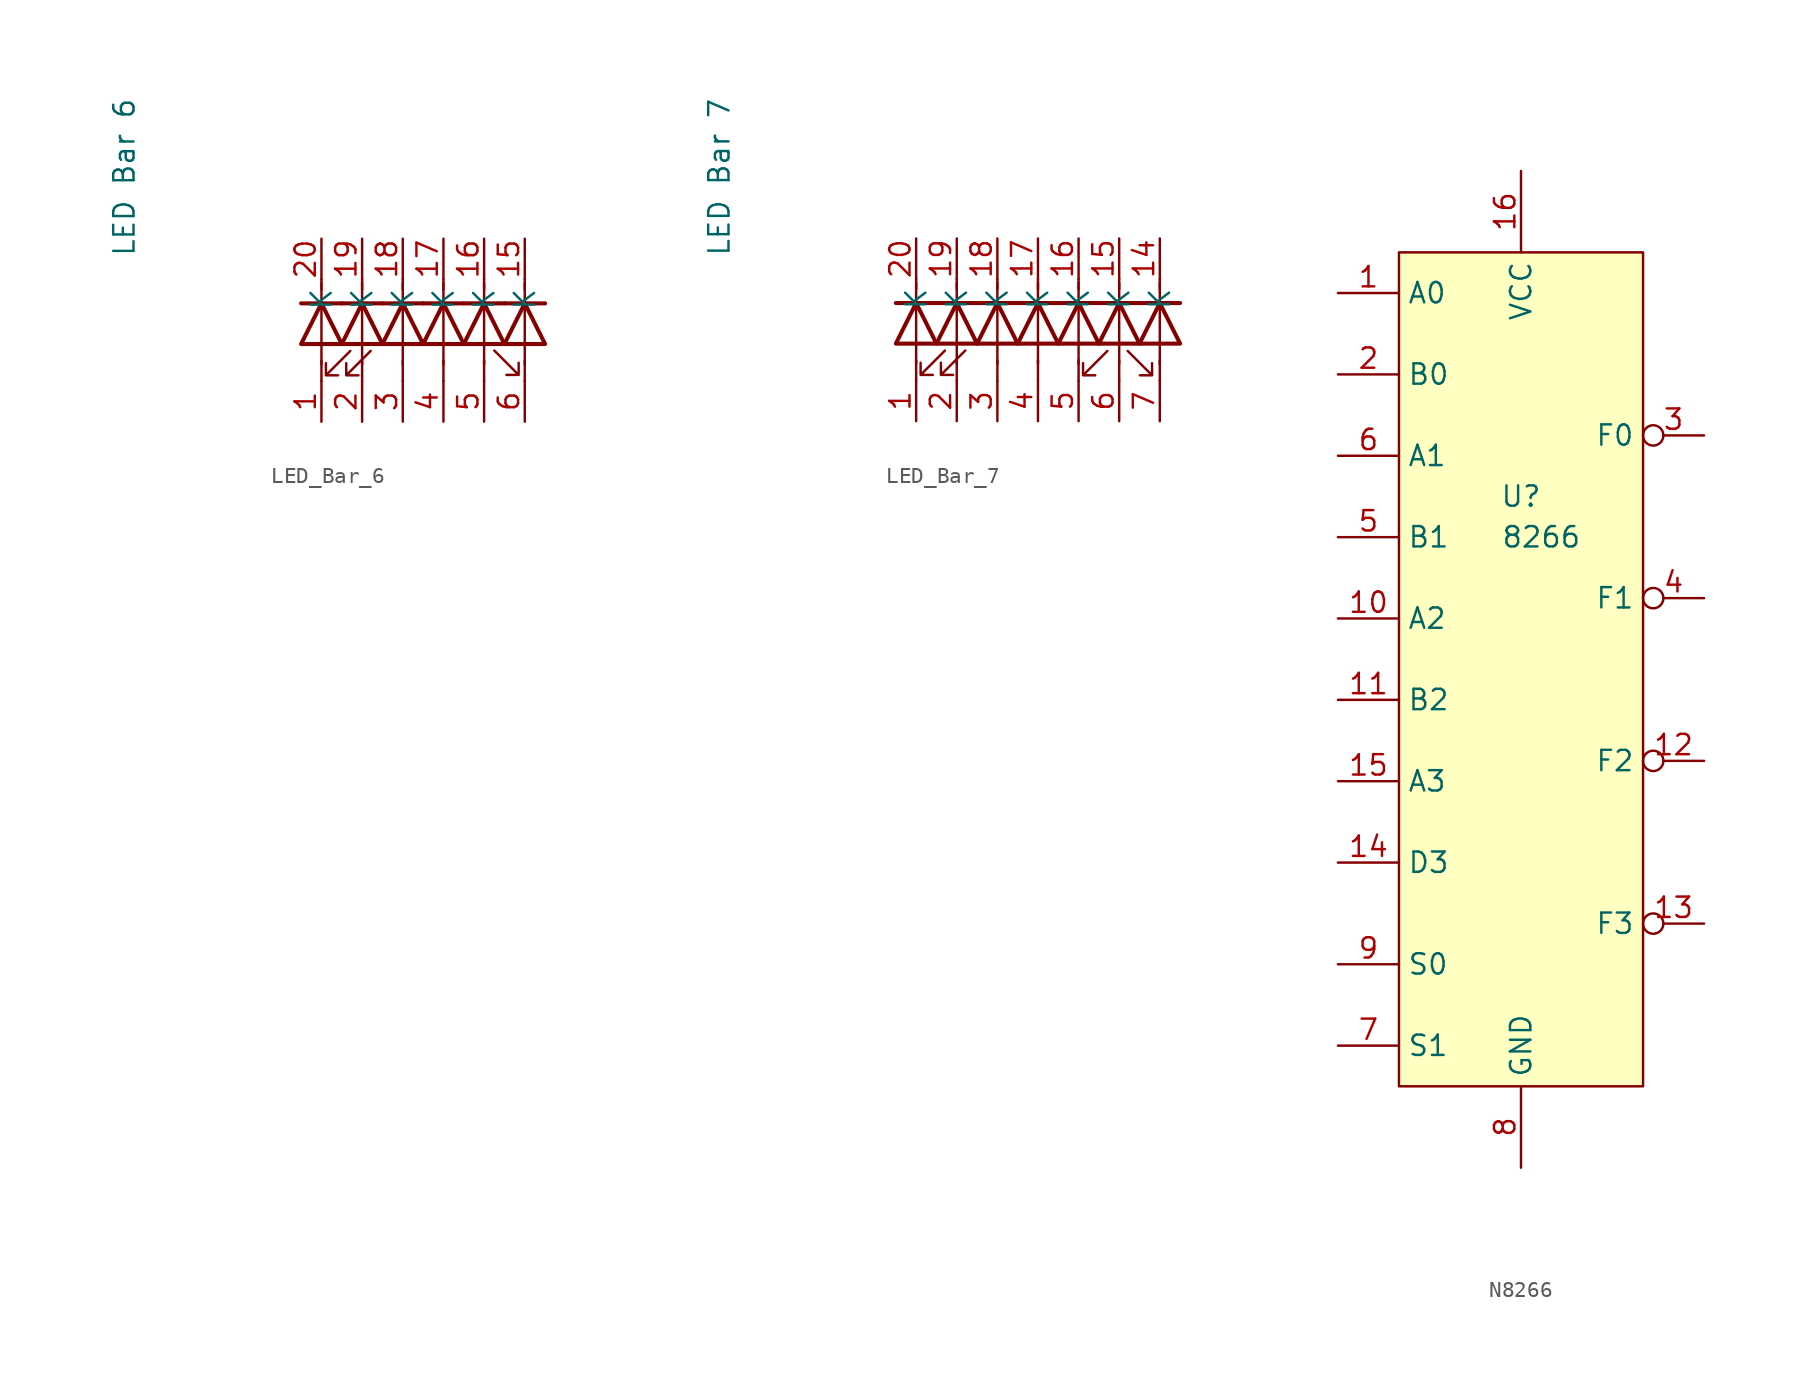
<source format=kicad_sym>
(kicad_symbol_lib
  (version 20220914)
  (generator kicad_symbol_editor)
  (symbol "LED_Bar_6"
    (property "Reference" "BAR"
      (at -23.495 -9.525 0)
      (effects (font (size 1.27 1.27)) hide))
    (property "Value" "LED Bar 6"
      (at -12.319 15.265 90)
      (effects (font (size 1.27 1.27))))
    (symbol "LED_Bar_6_0_1"
      (polyline (pts (xy 0 2.54) (xy 0 3.81)) (stroke (width 0) (type default)) (fill (type none)))
      (polyline (pts (xy 0 3.581) (xy 0 8.661)) (stroke (width 0) (type default)) (fill (type none)))
      (polyline (pts (xy 0 8.89) (xy 0 8.255)) (stroke (width 0) (type default)) (fill (type none)))
      (polyline (pts (xy 1.27 7.391) (xy -1.27 7.391)) (stroke (width 0.254) (type default)) (fill (type none)))
      (polyline (pts (xy 2.54 2.54) (xy 2.54 3.81)) (stroke (width 0) (type default)) (fill (type none)))
      (polyline (pts (xy 2.54 3.581) (xy 2.54 8.661)) (stroke (width 0) (type default)) (fill (type none)))
      (polyline (pts (xy 2.54 8.89) (xy 2.54 8.255)) (stroke (width 0) (type default)) (fill (type none)))
      (polyline (pts (xy 3.81 7.391) (xy 1.27 7.391)) (stroke (width 0.254) (type default)) (fill (type none)))
      (polyline (pts (xy 5.08 2.54) (xy 5.08 3.81)) (stroke (width 0) (type default)) (fill (type none)))
      (polyline (pts (xy 5.08 3.581) (xy 5.08 8.661)) (stroke (width 0) (type default)) (fill (type none)))
      (polyline (pts (xy 5.08 8.89) (xy 5.08 8.255)) (stroke (width 0) (type default)) (fill (type none)))
      (polyline (pts (xy 6.35 7.391) (xy 3.81 7.391)) (stroke (width 0.254) (type default)) (fill (type none)))
      (polyline (pts (xy 7.62 2.54) (xy 7.62 3.81)) (stroke (width 0) (type default)) (fill (type none)))
      (polyline (pts (xy 7.62 3.581) (xy 7.62 8.661)) (stroke (width 0) (type default)) (fill (type none)))
      (polyline (pts (xy 7.62 8.89) (xy 7.62 8.255)) (stroke (width 0) (type default)) (fill (type none)))
      (polyline (pts (xy 8.89 7.391) (xy 6.35 7.391)) (stroke (width 0.254) (type default)) (fill (type none)))
      (polyline (pts (xy 10.16 2.54) (xy 10.16 3.81)) (stroke (width 0) (type default)) (fill (type none)))
      (polyline (pts (xy 10.16 3.581) (xy 10.16 8.661)) (stroke (width 0) (type default)) (fill (type none)))
      (polyline (pts (xy 10.16 8.89) (xy 10.16 8.255)) (stroke (width 0) (type default)) (fill (type none)))
      (polyline (pts (xy 11.43 7.391) (xy 8.89 7.391)) (stroke (width 0.254) (type default)) (fill (type none)))
      (polyline (pts (xy 12.7 2.54) (xy 12.7 3.81)) (stroke (width 0) (type default)) (fill (type none)))
      (polyline (pts (xy 12.7 3.581) (xy 12.7 8.661)) (stroke (width 0) (type default)) (fill (type none)))
      (polyline (pts (xy 12.7 8.89) (xy 12.7 8.255)) (stroke (width 0) (type default)) (fill (type none)))
      (polyline (pts (xy 13.97 7.391) (xy 11.43 7.391)) (stroke (width 0.254) (type default)) (fill (type none)))
      (polyline (pts (xy -1.27 4.851) (xy 1.27 4.851) (xy 0 7.391) (xy -1.27 4.851)) (stroke (width 0.254) (type default)) (fill (type none)))
      (polyline (pts (xy 1.27 4.851) (xy 3.81 4.851) (xy 2.54 7.391) (xy 1.27 4.851)) (stroke (width 0.254) (type default)) (fill (type none)))
      (polyline (pts (xy 3.81 4.851) (xy 6.35 4.851) (xy 5.08 7.391) (xy 3.81 4.851)) (stroke (width 0.254) (type default)) (fill (type none)))
      (polyline (pts (xy 6.35 4.851) (xy 8.89 4.851) (xy 7.62 7.391) (xy 6.35 4.851)) (stroke (width 0.254) (type default)) (fill (type none)))
      (polyline (pts (xy 8.89 4.851) (xy 11.43 4.851) (xy 10.16 7.391) (xy 8.89 4.851)) (stroke (width 0.254) (type default)) (fill (type none)))
      (polyline (pts (xy 11.43 4.851) (xy 13.97 4.851) (xy 12.7 7.391) (xy 11.43 4.851)) (stroke (width 0.254) (type default)) (fill (type none)))
      (polyline (pts (xy 1.803 4.42) (xy 0.279 2.896) (xy 1.041 2.896) (xy 0.279 2.896) (xy 0.279 3.658)) (stroke (width 0) (type default)) (fill (type none)))
      (polyline (pts (xy 3.073 4.42) (xy 1.549 2.896) (xy 2.311 2.896) (xy 1.549 2.896) (xy 1.549 3.658)) (stroke (width 0) (type default)) (fill (type none)))
      (polyline (pts (xy 10.795 4.445) (xy 12.319 2.921) (xy 12.319 3.683) (xy 12.319 2.921) (xy 11.557 2.921)) (stroke (width 0) (type default)) (fill (type none))))
    (symbol "LED_Bar_6_1_1"
      (pin passive line (at 0 0 90) (length 2.54) (name "" (effects (font (size 1.27 1.27)))) (number "1" (effects (font (size 1.27 1.27)))))
      (pin passive line (at 12.7 11.43 270) (length 2.54) (name "K" (effects (font (size 1.27 1.27)))) (number "15" (effects (font (size 1.27 1.27)))))
      (pin passive line (at 10.16 11.43 270) (length 2.54) (name "K" (effects (font (size 1.27 1.27)))) (number "16" (effects (font (size 1.27 1.27)))))
      (pin passive line (at 7.62 11.43 270) (length 2.54) (name "K" (effects (font (size 1.27 1.27)))) (number "17" (effects (font (size 1.27 1.27)))))
      (pin passive line (at 5.08 11.43 270) (length 2.54) (name "K" (effects (font (size 1.27 1.27)))) (number "18" (effects (font (size 1.27 1.27)))))
      (pin passive line (at 2.54 11.43 270) (length 2.54) (name "K" (effects (font (size 1.27 1.27)))) (number "19" (effects (font (size 1.27 1.27)))))
      (pin passive line (at 2.54 0 90) (length 2.54) (name "" (effects (font (size 1.27 1.27)))) (number "2" (effects (font (size 1.27 1.27)))))
      (pin passive line (at 0 11.43 270) (length 2.54) (name "K" (effects (font (size 1.27 1.27)))) (number "20" (effects (font (size 1.27 1.27)))))
      (pin passive line (at 5.08 0 90) (length 2.54) (name "" (effects (font (size 1.27 1.27)))) (number "3" (effects (font (size 1.27 1.27)))))
      (pin passive line (at 7.62 0 90) (length 2.54) (name "" (effects (font (size 1.27 1.27)))) (number "4" (effects (font (size 1.27 1.27)))))
      (pin passive line (at 10.16 0 90) (length 2.54) (name "" (effects (font (size 1.27 1.27)))) (number "5" (effects (font (size 1.27 1.27)))))
      (pin passive line (at 12.7 0 90) (length 2.54) (name "" (effects (font (size 1.27 1.27)))) (number "6" (effects (font (size 1.27 1.27)))))))
  (symbol "LED_Bar_7"
    (property "Reference" "BAR"
      (at -23.495 -9.525 0)
      (effects (font (size 1.27 1.27)) hide))
    (property "Value" "LED Bar 7"
      (at -12.319 15.265 90)
      (effects (font (size 1.27 1.27))))
    (symbol "LED_Bar_7_0_1"
      (polyline (pts (xy 0 2.54) (xy 0 3.81)) (stroke (width 0) (type default)) (fill (type none)))
      (polyline (pts (xy 0 3.581) (xy 0 8.661)) (stroke (width 0) (type default)) (fill (type none)))
      (polyline (pts (xy 0 8.89) (xy 0 8.255)) (stroke (width 0) (type default)) (fill (type none)))
      (polyline (pts (xy 1.27 7.391) (xy -1.27 7.391)) (stroke (width 0.254) (type default)) (fill (type none)))
      (polyline (pts (xy 2.54 2.54) (xy 2.54 3.81)) (stroke (width 0) (type default)) (fill (type none)))
      (polyline (pts (xy 2.54 3.581) (xy 2.54 8.661)) (stroke (width 0) (type default)) (fill (type none)))
      (polyline (pts (xy 2.54 8.89) (xy 2.54 8.255)) (stroke (width 0) (type default)) (fill (type none)))
      (polyline (pts (xy 3.81 7.391) (xy 1.27 7.391)) (stroke (width 0.254) (type default)) (fill (type none)))
      (polyline (pts (xy 5.08 2.54) (xy 5.08 3.81)) (stroke (width 0) (type default)) (fill (type none)))
      (polyline (pts (xy 5.08 3.581) (xy 5.08 8.661)) (stroke (width 0) (type default)) (fill (type none)))
      (polyline (pts (xy 5.08 8.89) (xy 5.08 8.255)) (stroke (width 0) (type default)) (fill (type none)))
      (polyline (pts (xy 6.35 7.391) (xy 3.81 7.391)) (stroke (width 0.254) (type default)) (fill (type none)))
      (polyline (pts (xy 7.62 2.54) (xy 7.62 3.81)) (stroke (width 0) (type default)) (fill (type none)))
      (polyline (pts (xy 7.62 3.581) (xy 7.62 8.661)) (stroke (width 0) (type default)) (fill (type none)))
      (polyline (pts (xy 7.62 8.89) (xy 7.62 8.255)) (stroke (width 0) (type default)) (fill (type none)))
      (polyline (pts (xy 8.89 7.391) (xy 6.35 7.391)) (stroke (width 0.254) (type default)) (fill (type none)))
      (polyline (pts (xy 10.16 2.54) (xy 10.16 3.81)) (stroke (width 0) (type default)) (fill (type none)))
      (polyline (pts (xy 10.16 3.581) (xy 10.16 8.661)) (stroke (width 0) (type default)) (fill (type none)))
      (polyline (pts (xy 10.16 8.89) (xy 10.16 8.255)) (stroke (width 0) (type default)) (fill (type none)))
      (polyline (pts (xy 11.43 7.391) (xy 8.89 7.391)) (stroke (width 0.254) (type default)) (fill (type none)))
      (polyline (pts (xy 12.7 2.54) (xy 12.7 3.81)) (stroke (width 0) (type default)) (fill (type none)))
      (polyline (pts (xy 12.7 3.581) (xy 12.7 8.661)) (stroke (width 0) (type default)) (fill (type none)))
      (polyline (pts (xy 12.7 8.89) (xy 12.7 8.255)) (stroke (width 0) (type default)) (fill (type none)))
      (polyline (pts (xy 13.97 7.391) (xy 11.43 7.391)) (stroke (width 0.254) (type default)) (fill (type none)))
      (polyline (pts (xy 15.24 2.54) (xy 15.24 3.81)) (stroke (width 0) (type default)) (fill (type none)))
      (polyline (pts (xy 15.24 3.581) (xy 15.24 8.661)) (stroke (width 0) (type default)) (fill (type none)))
      (polyline (pts (xy 15.24 8.89) (xy 15.24 8.255)) (stroke (width 0) (type default)) (fill (type none)))
      (polyline (pts (xy 16.51 7.391) (xy 13.97 7.391)) (stroke (width 0.254) (type default)) (fill (type none)))
      (polyline (pts (xy -1.27 4.851) (xy 1.27 4.851) (xy 0 7.391) (xy -1.27 4.851)) (stroke (width 0.254) (type default)) (fill (type none)))
      (polyline (pts (xy 1.27 4.851) (xy 3.81 4.851) (xy 2.54 7.391) (xy 1.27 4.851)) (stroke (width 0.254) (type default)) (fill (type none)))
      (polyline (pts (xy 3.81 4.851) (xy 6.35 4.851) (xy 5.08 7.391) (xy 3.81 4.851)) (stroke (width 0.254) (type default)) (fill (type none)))
      (polyline (pts (xy 6.35 4.851) (xy 8.89 4.851) (xy 7.62 7.391) (xy 6.35 4.851)) (stroke (width 0.254) (type default)) (fill (type none)))
      (polyline (pts (xy 8.89 4.851) (xy 11.43 4.851) (xy 10.16 7.391) (xy 8.89 4.851)) (stroke (width 0.254) (type default)) (fill (type none)))
      (polyline (pts (xy 11.43 4.851) (xy 13.97 4.851) (xy 12.7 7.391) (xy 11.43 4.851)) (stroke (width 0.254) (type default)) (fill (type none)))
      (polyline (pts (xy 13.97 4.851) (xy 16.51 4.851) (xy 15.24 7.391) (xy 13.97 4.851)) (stroke (width 0.254) (type default)) (fill (type none)))
      (polyline (pts (xy 1.803 4.42) (xy 0.279 2.896) (xy 1.041 2.896) (xy 0.279 2.896) (xy 0.279 3.658)) (stroke (width 0) (type default)) (fill (type none)))
      (polyline (pts (xy 3.073 4.42) (xy 1.549 2.896) (xy 2.311 2.896) (xy 1.549 2.896) (xy 1.549 3.658)) (stroke (width 0) (type default)) (fill (type none)))
      (polyline (pts (xy 11.963 4.394) (xy 10.439 2.87) (xy 11.201 2.87) (xy 10.439 2.87) (xy 10.439 3.632)) (stroke (width 0) (type default)) (fill (type none)))
      (polyline (pts (xy 13.233 4.394) (xy 14.757 2.87) (xy 14.757 3.632) (xy 14.757 2.87) (xy 13.995 2.87)) (stroke (width 0) (type default)) (fill (type none))))
    (symbol "LED_Bar_7_1_1"
      (pin passive line (at 0 0 90) (length 2.54) (name "" (effects (font (size 1.27 1.27)))) (number "1" (effects (font (size 1.27 1.27)))))
      (pin passive line (at 15.24 11.43 270) (length 2.54) (name "K" (effects (font (size 1.27 1.27)))) (number "14" (effects (font (size 1.27 1.27)))))
      (pin passive line (at 12.7 11.43 270) (length 2.54) (name "K" (effects (font (size 1.27 1.27)))) (number "15" (effects (font (size 1.27 1.27)))))
      (pin passive line (at 10.16 11.43 270) (length 2.54) (name "K" (effects (font (size 1.27 1.27)))) (number "16" (effects (font (size 1.27 1.27)))))
      (pin passive line (at 7.62 11.43 270) (length 2.54) (name "K" (effects (font (size 1.27 1.27)))) (number "17" (effects (font (size 1.27 1.27)))))
      (pin passive line (at 5.08 11.43 270) (length 2.54) (name "K" (effects (font (size 1.27 1.27)))) (number "18" (effects (font (size 1.27 1.27)))))
      (pin passive line (at 2.54 11.43 270) (length 2.54) (name "K" (effects (font (size 1.27 1.27)))) (number "19" (effects (font (size 1.27 1.27)))))
      (pin passive line (at 2.54 0 90) (length 2.54) (name "" (effects (font (size 1.27 1.27)))) (number "2" (effects (font (size 1.27 1.27)))))
      (pin passive line (at 0 11.43 270) (length 2.54) (name "K" (effects (font (size 1.27 1.27)))) (number "20" (effects (font (size 1.27 1.27)))))
      (pin passive line (at 5.08 0 90) (length 2.54) (name "" (effects (font (size 1.27 1.27)))) (number "3" (effects (font (size 1.27 1.27)))))
      (pin passive line (at 7.62 0 90) (length 2.54) (name "" (effects (font (size 1.27 1.27)))) (number "4" (effects (font (size 1.27 1.27)))))
      (pin passive line (at 10.16 0 90) (length 2.54) (name "" (effects (font (size 1.27 1.27)))) (number "5" (effects (font (size 1.27 1.27)))))
      (pin passive line (at 12.7 0 90) (length 2.54) (name "" (effects (font (size 1.27 1.27)))) (number "6" (effects (font (size 1.27 1.27)))))
      (pin passive line (at 15.24 0 90) (length 2.54) (name "" (effects (font (size 1.27 1.27)))) (number "7" (effects (font (size 1.27 1.27)))))))
  (symbol "N8266"
    (property "Reference" "U"
      (at 0 11.43 0)
      (effects (font (size 1.27 1.27))))
    (property "Value" "8266"
      (at 1.27 8.89 0)
      (effects (font (size 1.27 1.27))))
    (symbol "N8266_0_1"
      (rectangle (start -7.62 26.67) (end 7.62 -25.4) (stroke (width 0) (type default)) (fill (type background))))
    (symbol "N8266_1_0"
      (pin power_in line (at 0 31.75 270) (length 5.08) (name "VCC" (effects (font (size 1.27 1.27)))) (number "16" (effects (font (size 1.27 1.27)))))
      (pin power_in line (at 0 -30.48 90) (length 5.08) (name "GND" (effects (font (size 1.27 1.27)))) (number "8" (effects (font (size 1.27 1.27))))))
    (symbol "N8266_1_1"
      (pin input line (at -11.43 24.13 0) (length 3.81) (name "A0" (effects (font (size 1.27 1.27)))) (number "1" (effects (font (size 1.27 1.27)))))
      (pin input line (at -11.43 3.81 0) (length 3.81) (name "A2" (effects (font (size 1.27 1.27)))) (number "10" (effects (font (size 1.27 1.27)))))
      (pin input line (at -11.43 -1.27 0) (length 3.81) (name "B2" (effects (font (size 1.27 1.27)))) (number "11" (effects (font (size 1.27 1.27)))))
      (pin output inverted (at 11.43 -5.08 180) (length 3.81) (name "F2" (effects (font (size 1.27 1.27)))) (number "12" (effects (font (size 1.27 1.27)))))
      (pin output inverted (at 11.43 -15.24 180) (length 3.81) (name "F3" (effects (font (size 1.27 1.27)))) (number "13" (effects (font (size 1.27 1.27)))))
      (pin input line (at -11.43 -11.43 0) (length 3.81) (name "D3" (effects (font (size 1.27 1.27)))) (number "14" (effects (font (size 1.27 1.27)))))
      (pin input line (at -11.43 -6.35 0) (length 3.81) (name "A3" (effects (font (size 1.27 1.27)))) (number "15" (effects (font (size 1.27 1.27)))))
      (pin input line (at -11.43 19.05 0) (length 3.81) (name "B0" (effects (font (size 1.27 1.27)))) (number "2" (effects (font (size 1.27 1.27)))))
      (pin output inverted (at 11.43 15.24 180) (length 3.81) (name "F0" (effects (font (size 1.27 1.27)))) (number "3" (effects (font (size 1.27 1.27)))))
      (pin output inverted (at 11.43 5.08 180) (length 3.81) (name "F1" (effects (font (size 1.27 1.27)))) (number "4" (effects (font (size 1.27 1.27)))))
      (pin input line (at -11.43 8.89 0) (length 3.81) (name "B1" (effects (font (size 1.27 1.27)))) (number "5" (effects (font (size 1.27 1.27)))))
      (pin input line (at -11.43 13.97 0) (length 3.81) (name "A1" (effects (font (size 1.27 1.27)))) (number "6" (effects (font (size 1.27 1.27)))))
      (pin input line (at -11.43 -22.86 0) (length 3.81) (name "S1" (effects (font (size 1.27 1.27)))) (number "7" (effects (font (size 1.27 1.27)))))
      (pin input line (at -11.43 -17.78 0) (length 3.81) (name "S0" (effects (font (size 1.27 1.27)))) (number "9" (effects (font (size 1.27 1.27))))))))
</source>
